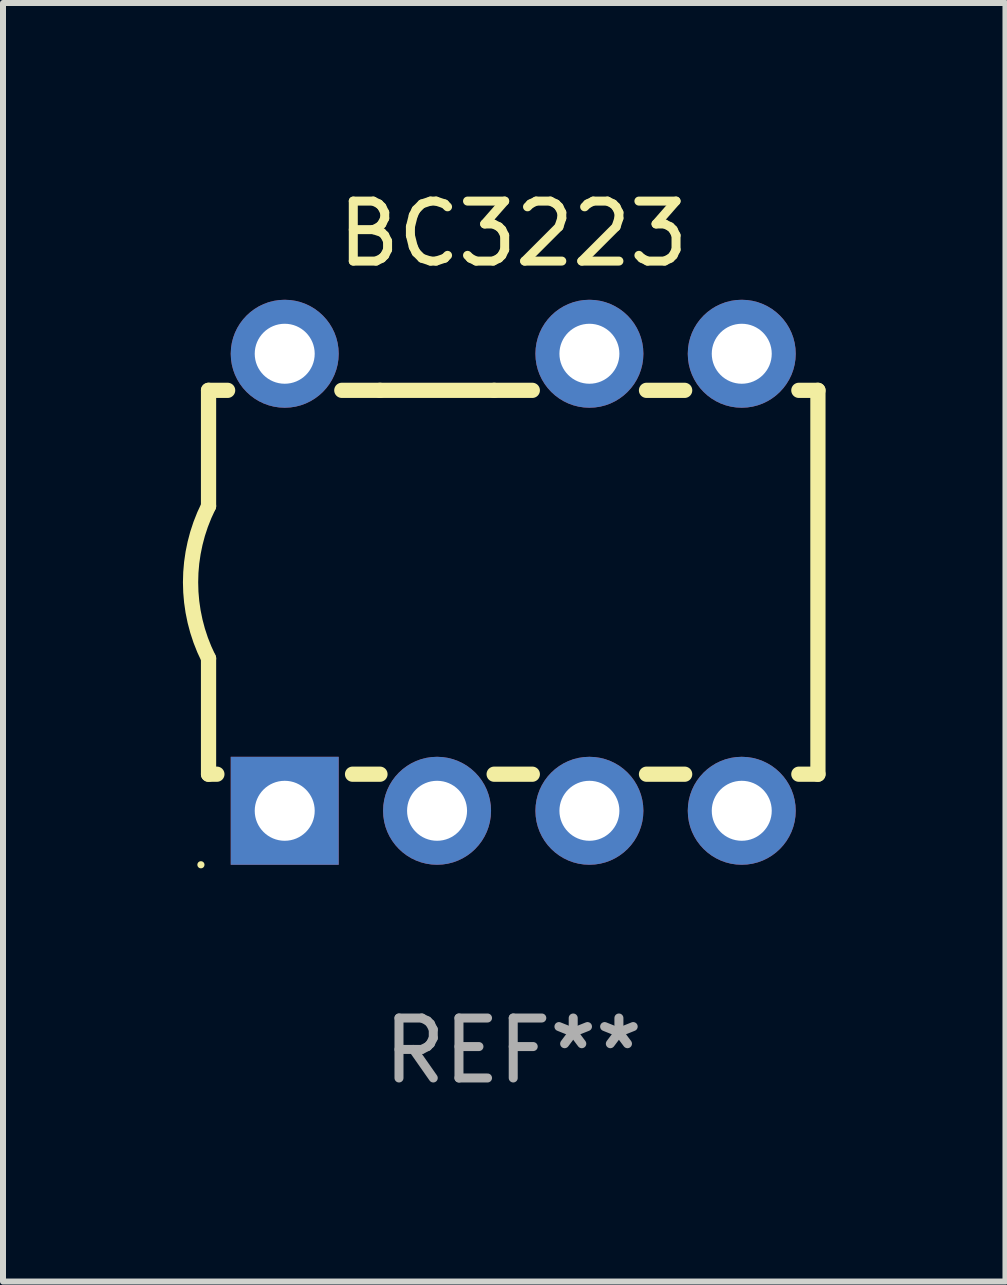
<source format=kicad_pcb>
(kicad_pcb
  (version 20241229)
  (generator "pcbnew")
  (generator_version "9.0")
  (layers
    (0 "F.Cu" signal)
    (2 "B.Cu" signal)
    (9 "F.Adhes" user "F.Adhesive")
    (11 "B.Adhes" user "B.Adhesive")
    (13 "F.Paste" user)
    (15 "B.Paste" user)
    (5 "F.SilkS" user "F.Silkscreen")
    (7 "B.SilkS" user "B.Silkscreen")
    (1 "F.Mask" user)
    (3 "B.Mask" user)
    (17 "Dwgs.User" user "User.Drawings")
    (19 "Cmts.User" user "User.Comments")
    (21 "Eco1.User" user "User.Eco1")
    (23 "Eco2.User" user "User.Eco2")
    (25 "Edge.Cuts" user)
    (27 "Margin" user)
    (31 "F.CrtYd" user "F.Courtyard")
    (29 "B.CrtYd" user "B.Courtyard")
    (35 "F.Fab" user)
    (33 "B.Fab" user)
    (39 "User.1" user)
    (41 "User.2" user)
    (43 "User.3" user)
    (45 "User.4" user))
  (footprint "BC3223"
    (layer "F.Cu")
    (at 5.507 6.658)
    (property "Reference" "BC3223" (at 0 -5.81 0) (layer "F.SilkS") (effects (font (size 1 1) (thickness 0.15))))
    (attr through_hole)
    (fp_line (start -5.08 -3.2) (end -4.762 -3.2) (stroke (width 0.254) (type solid)) (layer "F.SilkS"))
    (fp_line (start -5.08 -1.27) (end -5.08 -3.2) (stroke (width 0.254) (type solid)) (layer "F.SilkS"))
    (fp_line (start -5.08 3.2) (end -5.08 1.27) (stroke (width 0.254) (type solid)) (layer "F.SilkS"))
    (fp_line (start -5.08 3.2) (end -4.941 3.2) (stroke (width 0.254) (type solid)) (layer "F.SilkS"))
    (fp_line (start -2.858 -3.2) (end -2.222 -3.2) (stroke (width 0.254) (type solid)) (layer "F.SilkS"))
    (fp_line (start -2.679 3.2) (end -2.222 3.2) (stroke (width 0.254) (type solid)) (layer "F.SilkS"))
    (fp_line (start -2.222 -3.2) (end -0.318 -3.2) (stroke (width 0.254) (type solid)) (layer "F.SilkS"))
    (fp_line (start -0.318 -3.2) (end 0.318 -3.2) (stroke (width 0.254) (type solid)) (layer "F.SilkS"))
    (fp_line (start -0.318 3.2) (end 0.318 3.2) (stroke (width 0.254) (type solid)) (layer "F.SilkS"))
    (fp_line (start 2.222 -3.2) (end 2.858 -3.2) (stroke (width 0.254) (type solid)) (layer "F.SilkS"))
    (fp_line (start 2.222 3.2) (end 2.858 3.2) (stroke (width 0.254) (type solid)) (layer "F.SilkS"))
    (fp_line (start 4.762 -3.2) (end 5.08 -3.2) (stroke (width 0.254) (type solid)) (layer "F.SilkS"))
    (fp_line (start 4.762 3.2) (end 5.08 3.2) (stroke (width 0.254) (type solid)) (layer "F.SilkS"))
    (fp_line (start 5.08 3.2) (end 5.08 -3.2) (stroke (width 0.254) (type solid)) (layer "F.SilkS"))
    (fp_arc (start -5.080011 1.270002) (mid -5.379818 -0.000001) (end -5.08001 -1.270003) (stroke (width 0.254001) (type solid)) (layer "F.SilkS"))
    (fp_circle (center -5.207 4.71) (end -5.177 4.71) (stroke (width 0.06) (type solid)) (fill no) (layer "F.SilkS"))
    (fp_text user "REF**" (at 0 7.81 0) (layer "F.Fab") (effects (font (size 1 1) (thickness 0.15))))
    (pad "1" thru_hole rect (at -3.81 3.81) (size 1.8 1.8) (drill 1) (layers "*.Cu" "*.Mask"))
    (pad "2" thru_hole circle (at -1.27 3.81) (size 1.8 1.8) (drill 1) (layers "*.Cu" "*.Mask"))
    (pad "3" thru_hole circle (at 1.27 3.81) (size 1.8 1.8) (drill 1) (layers "*.Cu" "*.Mask"))
    (pad "4" thru_hole circle (at 3.81 3.81) (size 1.8 1.8) (drill 1) (layers "*.Cu" "*.Mask"))
    (pad "5" thru_hole circle (at 3.81 -3.81) (size 1.8 1.8) (drill 1) (layers "*.Cu" "*.Mask"))
    (pad "6" thru_hole circle (at 1.27 -3.81) (size 1.8 1.8) (drill 1) (layers "*.Cu" "*.Mask"))
    (pad "8" thru_hole circle (at -3.81 -3.81) (size 1.8 1.8) (drill 1) (layers "*.Cu" "*.Mask")))
  (gr_rect
    (start -3 -3)
    (end 13.714 18.317)
    (stroke (width 0.1) (type default))
    (fill no)
    (layer "Edge.Cuts")))
</source>
